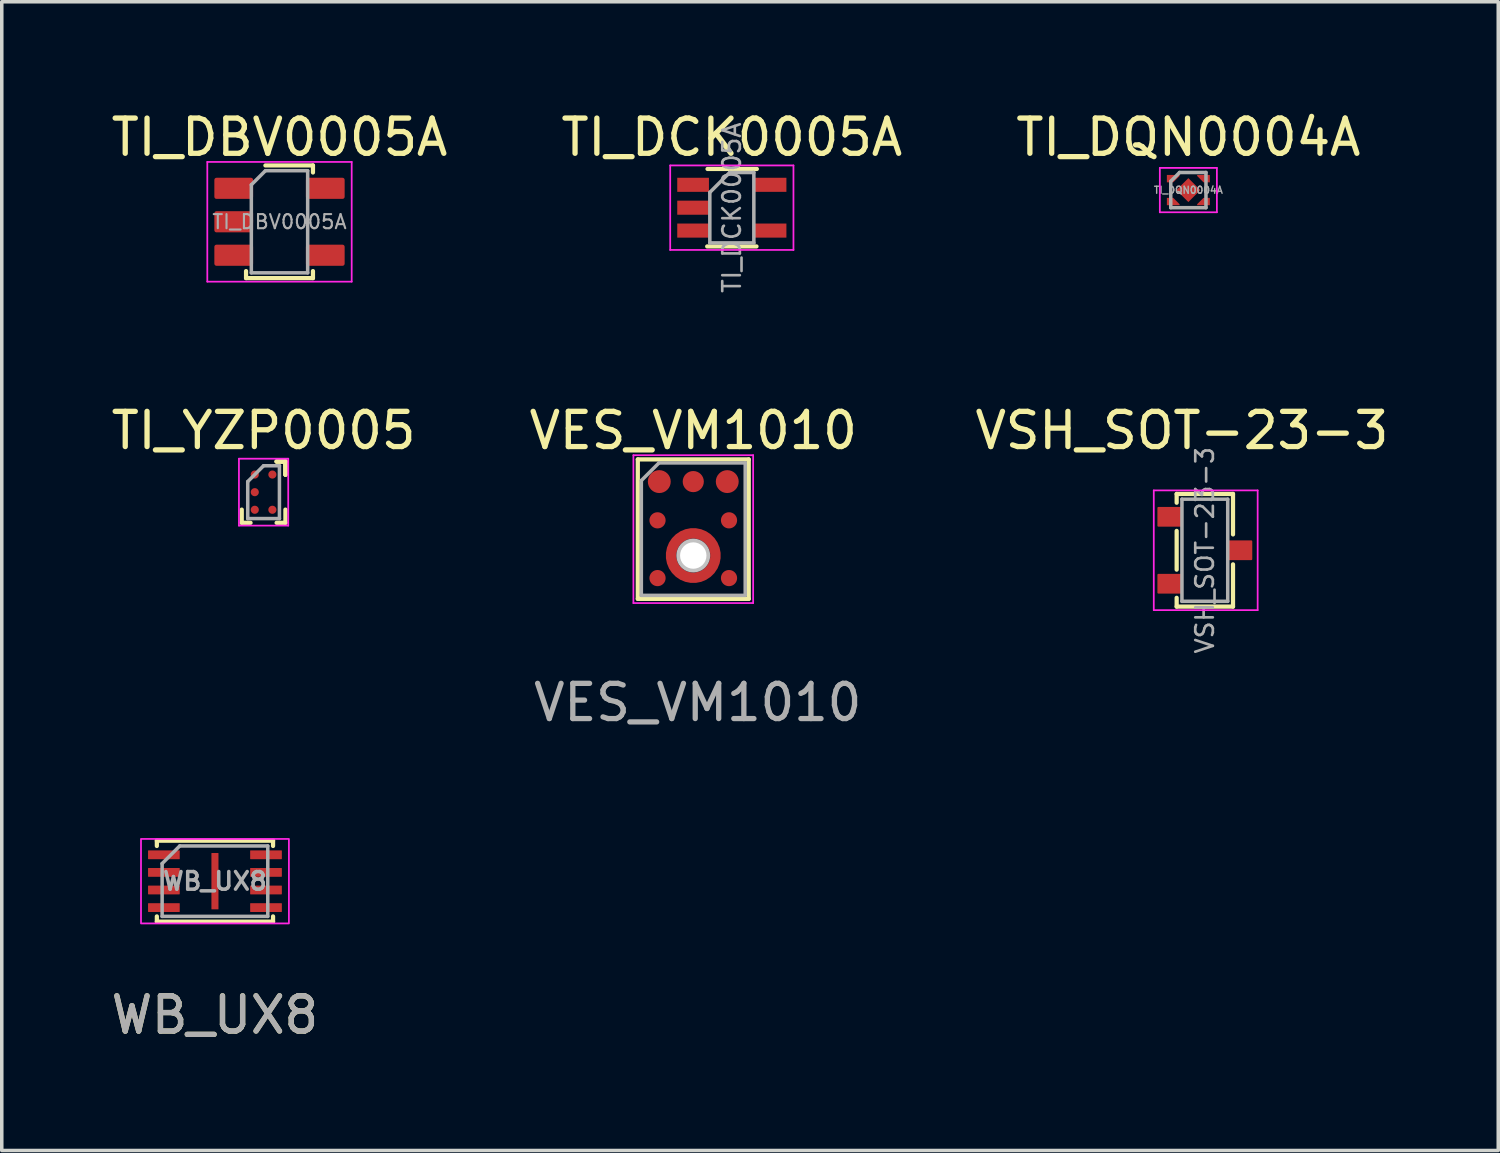
<source format=kicad_pcb>
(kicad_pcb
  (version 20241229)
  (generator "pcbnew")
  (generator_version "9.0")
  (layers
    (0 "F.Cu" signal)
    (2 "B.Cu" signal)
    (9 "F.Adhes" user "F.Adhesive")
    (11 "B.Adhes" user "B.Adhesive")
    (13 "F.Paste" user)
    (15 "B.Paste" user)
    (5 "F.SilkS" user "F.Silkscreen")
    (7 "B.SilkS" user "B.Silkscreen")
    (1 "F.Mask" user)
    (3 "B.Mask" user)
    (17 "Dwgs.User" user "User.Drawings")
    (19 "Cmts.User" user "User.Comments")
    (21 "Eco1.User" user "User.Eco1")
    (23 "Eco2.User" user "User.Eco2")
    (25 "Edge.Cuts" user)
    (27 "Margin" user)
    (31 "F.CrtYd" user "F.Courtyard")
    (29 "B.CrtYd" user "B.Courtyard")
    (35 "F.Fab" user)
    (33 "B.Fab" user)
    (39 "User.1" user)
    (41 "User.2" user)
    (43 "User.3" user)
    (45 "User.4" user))
  (footprint "TI_DQN0004A"
    (layer "F.Cu")
    (at 30.696 2.348)
    (property "Reference" "TI_DQN0004A" (at 0 -1.5 0) (layer "F.SilkS") (effects (font (size 1 1) (thickness 0.15))))
    (attr smd)
    (fp_poly (pts (xy -0.46 -0.28) (xy -0.55 -0.28) (xy -0.55 -0.37) (xy -0.37 -0.37)) (stroke (width 0.11) (type solid)) (fill yes) (layer "F.Paste"))
    (fp_poly (pts (xy -0.46 0.28) (xy -0.55 0.28) (xy -0.55 0.37) (xy -0.37 0.37)) (stroke (width 0.11) (type solid)) (fill yes) (layer "F.Paste"))
    (fp_poly (pts (xy 0.15 0) (xy 0 0.15) (xy -0.15 0) (xy 0 -0.15)) (stroke (width 0.12) (type solid)) (fill yes) (layer "F.Paste"))
    (fp_poly (pts (xy 0.46 -0.28) (xy 0.55 -0.28) (xy 0.55 -0.37) (xy 0.37 -0.37)) (stroke (width 0.11) (type solid)) (fill yes) (layer "F.Paste"))
    (fp_poly (pts (xy 0.46 0.28) (xy 0.55 0.28) (xy 0.55 0.37) (xy 0.37 0.37)) (stroke (width 0.11) (type solid)) (fill yes) (layer "F.Paste"))
    (fp_line (start -0.81 -0.63) (end 0.81 -0.63) (stroke (width 0.05) (type solid)) (layer "F.CrtYd"))
    (fp_line (start -0.81 0.63) (end -0.81 -0.63) (stroke (width 0.05) (type solid)) (layer "F.CrtYd"))
    (fp_line (start 0.81 -0.63) (end 0.81 0.63) (stroke (width 0.05) (type solid)) (layer "F.CrtYd"))
    (fp_line (start 0.81 0.63) (end -0.81 0.63) (stroke (width 0.05) (type solid)) (layer "F.CrtYd"))
    (fp_line (start -0.5 -0.25) (end -0.25 -0.5) (stroke (width 0.1) (type solid)) (layer "F.Fab"))
    (fp_line (start -0.5 0.5) (end -0.5 -0.25) (stroke (width 0.1) (type solid)) (layer "F.Fab"))
    (fp_line (start -0.25 -0.5) (end 0.5 -0.5) (stroke (width 0.1) (type solid)) (layer "F.Fab"))
    (fp_line (start 0.5 -0.5) (end 0.5 0.5) (stroke (width 0.1) (type solid)) (layer "F.Fab"))
    (fp_line (start 0.5 0.5) (end -0.5 0.5) (stroke (width 0.1) (type solid)) (layer "F.Fab"))
    (fp_text user "${REFERENCE}" (at 0 0 0) (layer "F.Fab") (effects (font (size 0.2 0.2) (thickness 0.04))))
    (pad "1" smd custom (at -0.43 -0.325) (size 0.148 0.148) (layers "F.Cu" "F.Mask") (options (anchor circle)) (primitives (gr_poly (pts (xy -0.18 0.105) (xy 0 0.105) (xy 0.18 -0.075) (xy 0.18 -0.105) (xy -0.18 -0.105)) (width 0) (fill yes))))
    (pad "2" smd custom (at -0.43 0.325 180) (size 0.148 0.148) (layers "F.Cu" "F.Mask") (options (anchor circle)) (primitives (gr_poly (pts (xy 0.18 0.105) (xy 0 0.105) (xy -0.18 -0.075) (xy -0.18 -0.105) (xy 0.18 -0.105)) (width 0) (fill yes))))
    (pad "3" smd custom (at 0.43 0.325 180) (size 0.148 0.148) (layers "F.Cu" "F.Mask") (options (anchor circle)) (primitives (gr_poly (pts (xy -0.18 0.105) (xy 0 0.105) (xy 0.18 -0.075) (xy 0.18 -0.105) (xy -0.18 -0.105)) (width 0) (fill yes))))
    (pad "4" smd custom (at 0.43 -0.325) (size 0.148 0.148) (layers "F.Cu" "F.Mask") (options (anchor circle)) (primitives (gr_poly (pts (xy 0.18 0.105) (xy 0 0.105) (xy -0.18 -0.075) (xy -0.18 -0.105) (xy 0.18 -0.105)) (width 0) (fill yes))))
    (pad "5" smd rect (at 0 0 45) (size 0.48 0.48) (layers "F.Cu" "F.Mask")))
  (footprint "TI_YZP0005"
    (layer "F.Cu")
    (at 4.435 10.926)
    (property "Reference" "TI_YZP0005" (at 0 -1.75 0) (layer "F.SilkS") (effects (font (size 1 1) (thickness 0.15))))
    (attr through_hole)
    (fp_line (start -0.62 0.87) (end -0.62 0.495) (stroke (width 0.12) (type solid)) (layer "F.SilkS"))
    (fp_line (start -0.37 0.87) (end -0.62 0.87) (stroke (width 0.12) (type solid)) (layer "F.SilkS"))
    (fp_line (start 0.37 -0.87) (end 0.62 -0.87) (stroke (width 0.12) (type solid)) (layer "F.SilkS"))
    (fp_line (start 0.37 -0.87) (end 0.62 -0.87) (stroke (width 0.12) (type solid)) (layer "F.SilkS"))
    (fp_line (start 0.37 -0.87) (end 0.62 -0.87) (stroke (width 0.12) (type solid)) (layer "F.SilkS"))
    (fp_line (start 0.37 0.87) (end 0.62 0.87) (stroke (width 0.12) (type solid)) (layer "F.SilkS"))
    (fp_line (start 0.62 -0.87) (end 0.62 -0.495) (stroke (width 0.12) (type solid)) (layer "F.SilkS"))
    (fp_line (start 0.62 -0.87) (end 0.62 -0.495) (stroke (width 0.12) (type solid)) (layer "F.SilkS"))
    (fp_line (start 0.62 -0.87) (end 0.62 -0.495) (stroke (width 0.12) (type solid)) (layer "F.SilkS"))
    (fp_line (start 0.62 0.87) (end 0.62 0.495) (stroke (width 0.12) (type solid)) (layer "F.SilkS"))
    (fp_poly (pts (xy -0.21 -0.46) (xy -0.29 -0.46) (xy -0.29 -0.54) (xy -0.21 -0.54)) (stroke (width 0.12) (type solid)) (fill yes) (layer "F.Paste"))
    (fp_poly (pts (xy -0.21 0.04) (xy -0.29 0.04) (xy -0.29 -0.04) (xy -0.21 -0.04)) (stroke (width 0.12) (type solid)) (fill yes) (layer "F.Paste"))
    (fp_poly (pts (xy -0.21 0.54) (xy -0.29 0.54) (xy -0.29 0.46) (xy -0.21 0.46)) (stroke (width 0.12) (type solid)) (fill yes) (layer "F.Paste"))
    (fp_poly (pts (xy 0.29 -0.46) (xy 0.21 -0.46) (xy 0.21 -0.54) (xy 0.29 -0.54)) (stroke (width 0.12) (type solid)) (fill yes) (layer "F.Paste"))
    (fp_poly (pts (xy 0.29 0.54) (xy 0.21 0.54) (xy 0.21 0.46) (xy 0.29 0.46)) (stroke (width 0.12) (type solid)) (fill yes) (layer "F.Paste"))
    (fp_line (start -0.7 -0.95) (end 0.7 -0.95) (stroke (width 0.05) (type solid)) (layer "F.CrtYd"))
    (fp_line (start -0.7 0.95) (end -0.7 -0.95) (stroke (width 0.05) (type solid)) (layer "F.CrtYd"))
    (fp_line (start 0.7 -0.95) (end 0.7 0.95) (stroke (width 0.05) (type solid)) (layer "F.CrtYd"))
    (fp_line (start 0.7 0.95) (end -0.7 0.95) (stroke (width 0.05) (type solid)) (layer "F.CrtYd"))
    (fp_line (start -0.45 -0.3) (end -0.45 0.75) (stroke (width 0.1) (type solid)) (layer "F.Fab"))
    (fp_line (start -0.45 0.75) (end 0.45 0.75) (stroke (width 0.1) (type solid)) (layer "F.Fab"))
    (fp_line (start 0 -0.75) (end -0.45 -0.3) (stroke (width 0.1) (type solid)) (layer "F.Fab"))
    (fp_line (start 0.45 -0.75) (end 0 -0.75) (stroke (width 0.1) (type solid)) (layer "F.Fab"))
    (fp_line (start 0.45 0.75) (end 0.45 -0.75) (stroke (width 0.1) (type solid)) (layer "F.Fab"))
    (pad "A1" smd circle (at -0.25 -0.5) (size 0.23 0.23) (layers "F.Cu" "F.Mask"))
    (pad "A2" smd circle (at 0.25 -0.5) (size 0.23 0.23) (layers "F.Cu" "F.Mask"))
    (pad "B1" smd circle (at -0.25 0) (size 0.23 0.23) (layers "F.Cu" "F.Mask"))
    (pad "C1" smd circle (at -0.25 0.5) (size 0.23 0.23) (layers "F.Cu" "F.Mask"))
    (pad "C2" smd circle (at 0.25 0.5) (size 0.23 0.23) (layers "F.Cu" "F.Mask")))
  (footprint "VES_VM1010"
    (layer "F.Cu")
    (at 16.637 11.976)
    (property "Reference" "VES_VM1010" (at 0 -2.8 0) (unlocked yes) (layer "F.SilkS") (effects (font (size 1 1) (thickness 0.15))))
    (attr smd)
    (fp_circle (center 0 0.75) (end 0.77 0.75) (stroke (width 0.12) (type solid)) (fill yes) (layer "F.Mask"))
    (fp_circle (center 0 0.75) (end 0.5 0.75) (stroke (width 0.12) (type solid)) (fill yes) (layer "B.Mask"))
    (fp_line (start -1.575 -1.98) (end -1.575 1.98) (stroke (width 0.12) (type solid)) (layer "F.SilkS"))
    (fp_line (start -1.575 1.98) (end 1.575 1.98) (stroke (width 0.12) (type solid)) (layer "F.SilkS"))
    (fp_line (start 1.575 -1.98) (end -1.575 -1.98) (stroke (width 0.12) (type solid)) (layer "F.SilkS"))
    (fp_line (start 1.575 1.98) (end 1.575 -1.98) (stroke (width 0.12) (type solid)) (layer "F.SilkS"))
    (fp_rect (start -1.115 -1.2) (end -0.815 -1.5) (stroke (width 0.12) (type solid)) (fill yes) (layer "F.Paste"))
    (fp_rect (start -1.115 -0.15) (end -0.915 -0.35) (stroke (width 0.12) (type solid)) (fill yes) (layer "F.Paste"))
    (fp_rect (start -1.115 1.49) (end -0.915 1.29) (stroke (width 0.12) (type solid)) (fill yes) (layer "F.Paste"))
    (fp_rect (start -0.15 -1.2) (end 0.15 -1.5) (stroke (width 0.12) (type solid)) (fill yes) (layer "F.Paste"))
    (fp_rect (start 0.815 -1.2) (end 1.115 -1.5) (stroke (width 0.12) (type solid)) (fill yes) (layer "F.Paste"))
    (fp_rect (start 0.915 -0.15) (end 1.115 -0.35) (stroke (width 0.12) (type solid)) (fill yes) (layer "F.Paste"))
    (fp_rect (start 0.915 1.49) (end 1.115 1.29) (stroke (width 0.12) (type solid)) (fill yes) (layer "F.Paste"))
    (fp_arc (start -0.589998 0.529998) (mid -0.443434 0.302937) (end -0.215187 0.158227) (stroke (width 0.26) (type solid)) (layer "F.Paste"))
    (fp_arc (start -0.220001 1.341999) (mid -0.447062 1.195435) (end -0.591772 0.967188) (stroke (width 0.26) (type solid)) (layer "F.Paste"))
    (fp_arc (start 0.220002 0.16) (mid 0.447063 0.306564) (end 0.591773 0.534811) (stroke (width 0.26) (type solid)) (layer "F.Paste"))
    (fp_arc (start 0.59 0.97) (mid 0.443436 1.197061) (end 0.215189 1.341771) (stroke (width 0.26) (type solid)) (layer "F.Paste"))
    (fp_line (start -1.7 -2.1) (end 1.7 -2.1) (stroke (width 0.05) (type solid)) (layer "F.CrtYd"))
    (fp_line (start -1.7 2.1) (end -1.7 -2.1) (stroke (width 0.05) (type solid)) (layer "F.CrtYd"))
    (fp_line (start 1.7 -2.1) (end 1.7 2.1) (stroke (width 0.05) (type solid)) (layer "F.CrtYd"))
    (fp_line (start 1.7 2.1) (end -1.7 2.1) (stroke (width 0.05) (type solid)) (layer "F.CrtYd"))
    (fp_line (start -1.475 1.88) (end -1.475 -1.38) (stroke (width 0.1) (type solid)) (layer "F.Fab"))
    (fp_line (start -0.975 -1.88) (end -1.475 -1.38) (stroke (width 0.1) (type solid)) (layer "F.Fab"))
    (fp_line (start 1.475 -1.88) (end -0.975 -1.88) (stroke (width 0.1) (type solid)) (layer "F.Fab"))
    (fp_line (start 1.475 1.88) (end -1.475 1.88) (stroke (width 0.1) (type solid)) (layer "F.Fab"))
    (fp_line (start 1.475 1.88) (end 1.475 -1.88) (stroke (width 0.1) (type solid)) (layer "F.Fab"))
    (fp_text user "${REFERENCE}" (at 0.127 4.924 0) (unlocked yes) (layer "F.Fab") (effects (font (size 1 1) (thickness 0.15))))
    (pad "" np_thru_hole circle (at 0 0.75) (size 0.96 0.96) (drill 0.75) (layers "Dwgs.User"))
    (pad "1" smd circle (at -0.965 -1.35 90) (size 0.65 0.65) (layers "F.Cu" "F.Mask"))
    (pad "2" smd circle (at -1.015 -0.25 90) (size 0.46 0.46) (layers "F.Cu" "F.Mask"))
    (pad "3" smd circle (at -1.015 1.39 90) (size 0.46 0.46) (layers "F.Cu" "F.Mask"))
    (pad "4" smd circle (at 1.015 1.39 90) (size 0.46 0.46) (layers "F.Cu" "F.Mask"))
    (pad "5" smd circle (at 1.015 -0.25 90) (size 0.46 0.46) (layers "F.Cu" "F.Mask"))
    (pad "6" smd circle (at 0.965 -1.35 90) (size 0.65 0.65) (layers "F.Cu" "F.Mask"))
    (pad "7" smd circle (at 0 -1.35 90) (size 0.6 0.6) (layers "F.Cu" "F.Mask"))
    (pad "8" smd custom (at 0 1.39 90) (size 0.1 0.1) (layers "F.Cu") (options (anchor circle)) (primitives (gr_circle (center 0.64 0) (end 1.27 0) (width 0.3) (fill no)))))
  (footprint "TI_DBV0005A"
    (layer "F.Cu")
    (at 4.887 3.248)
    (property "Reference" "TI_DBV0005A" (at 0 -2.4 0) (layer "F.SilkS") (effects (font (size 1 1) (thickness 0.15))))
    (attr smd)
    (fp_line (start -0.95 1.4) (end -0.95 1.6) (stroke (width 0.12) (type solid)) (layer "F.SilkS"))
    (fp_line (start -0.95 1.6) (end 0.95 1.6) (stroke (width 0.12) (type solid)) (layer "F.SilkS"))
    (fp_line (start -0.4 -1.6) (end 0.95 -1.6) (stroke (width 0.12) (type solid)) (layer "F.SilkS"))
    (fp_line (start 0.95 -1.6) (end 0.95 -1.4) (stroke (width 0.12) (type solid)) (layer "F.SilkS"))
    (fp_line (start 0.95 1.6) (end 0.95 1.4) (stroke (width 0.12) (type solid)) (layer "F.SilkS"))
    (fp_line (start -2.05 -1.7) (end -2.05 1.7) (stroke (width 0.05) (type solid)) (layer "F.CrtYd"))
    (fp_line (start -2.05 1.7) (end 2.05 1.7) (stroke (width 0.05) (type solid)) (layer "F.CrtYd"))
    (fp_line (start 2.05 -1.7) (end -2.05 -1.7) (stroke (width 0.05) (type solid)) (layer "F.CrtYd"))
    (fp_line (start 2.05 1.7) (end 2.05 -1.7) (stroke (width 0.05) (type solid)) (layer "F.CrtYd"))
    (fp_line (start -0.8 -1.05) (end -0.4 -1.45) (stroke (width 0.1) (type solid)) (layer "F.Fab"))
    (fp_line (start -0.8 1.45) (end -0.8 -1.05) (stroke (width 0.1) (type solid)) (layer "F.Fab"))
    (fp_line (start -0.4 -1.45) (end 0.8 -1.45) (stroke (width 0.1) (type solid)) (layer "F.Fab"))
    (fp_line (start 0.8 -1.45) (end 0.8 1.45) (stroke (width 0.1) (type solid)) (layer "F.Fab"))
    (fp_line (start 0.8 1.45) (end -0.8 1.45) (stroke (width 0.1) (type solid)) (layer "F.Fab"))
    (fp_text user "${REFERENCE}" (at 0 0 0) (layer "F.Fab") (effects (font (size 0.4 0.4) (thickness 0.06))))
    (pad "1" smd roundrect (at -1.3 -0.95) (size 1.1 0.6) (layers "F.Cu" "F.Mask" "F.Paste") (roundrect_rratio 0.1))
    (pad "2" smd roundrect (at -1.3 0) (size 1.1 0.6) (layers "F.Cu" "F.Mask" "F.Paste") (roundrect_rratio 0.1))
    (pad "3" smd roundrect (at -1.3 0.95) (size 1.1 0.6) (layers "F.Cu" "F.Mask" "F.Paste") (roundrect_rratio 0.1))
    (pad "4" smd roundrect (at 1.3 0.95) (size 1.1 0.6) (layers "F.Cu" "F.Mask" "F.Paste") (roundrect_rratio 0.1))
    (pad "5" smd roundrect (at 1.3 -0.95) (size 1.1 0.6) (layers "F.Cu" "F.Mask" "F.Paste") (roundrect_rratio 0.1)))
  (footprint "WB_UX8"
    (layer "F.Cu")
    (at 3.054 21.973)
    (property "Reference" "WB_UX8" (at 0 3.8 0) (unlocked yes) (layer "F.SilkS") (effects (font (size 1 1) (thickness 0.15))))
    (attr smd)
    (fp_line (start -1.65 -1.15) (end -1.65 -1) (stroke (width 0.12) (type solid)) (layer "F.SilkS"))
    (fp_line (start -1.65 -1.15) (end 1.65 -1.15) (stroke (width 0.12) (type solid)) (layer "F.SilkS"))
    (fp_line (start -1.65 1.15) (end -1.65 1) (stroke (width 0.12) (type solid)) (layer "F.SilkS"))
    (fp_line (start 1.65 -1.15) (end 1.65 -1) (stroke (width 0.12) (type solid)) (layer "F.SilkS"))
    (fp_line (start 1.65 1.15) (end -1.65 1.15) (stroke (width 0.12) (type solid)) (layer "F.SilkS"))
    (fp_line (start 1.65 1.15) (end 1.65 1) (stroke (width 0.12) (type solid)) (layer "F.SilkS"))
    (fp_poly (pts (xy -1.2 -0.7) (xy -1.7 -0.7) (xy -1.7 -0.8) (xy -1.2 -0.8)) (stroke (width 0.12) (type solid)) (fill yes) (layer "F.Paste"))
    (fp_poly (pts (xy -1.2 -0.2) (xy -1.7 -0.2) (xy -1.7 -0.3) (xy -1.2 -0.3)) (stroke (width 0.12) (type solid)) (fill yes) (layer "F.Paste"))
    (fp_poly (pts (xy -1.2 0.3) (xy -1.7 0.3) (xy -1.7 0.2) (xy -1.2 0.2)) (stroke (width 0.12) (type solid)) (fill yes) (layer "F.Paste"))
    (fp_poly (pts (xy -1.2 0.8) (xy -1.7 0.8) (xy -1.7 0.7) (xy -1.2 0.7)) (stroke (width 0.12) (type solid)) (fill yes) (layer "F.Paste"))
    (fp_poly (pts (xy 0.04 -0.6) (xy 0.04 -0.2) (xy -0.04 -0.2) (xy -0.04 -0.6)) (stroke (width 0.12) (type solid)) (fill yes) (layer "F.Paste"))
    (fp_poly (pts (xy 0.04 0.2) (xy 0.04 0.6) (xy -0.04 0.6) (xy -0.04 0.2)) (stroke (width 0.12) (type solid)) (fill yes) (layer "F.Paste"))
    (fp_poly (pts (xy 1.7 -0.7) (xy 1.2 -0.7) (xy 1.2 -0.8) (xy 1.7 -0.8)) (stroke (width 0.12) (type solid)) (fill yes) (layer "F.Paste"))
    (fp_poly (pts (xy 1.7 -0.2) (xy 1.2 -0.2) (xy 1.2 -0.3) (xy 1.7 -0.3)) (stroke (width 0.12) (type solid)) (fill yes) (layer "F.Paste"))
    (fp_poly (pts (xy 1.7 0.3) (xy 1.2 0.3) (xy 1.2 0.2) (xy 1.7 0.2)) (stroke (width 0.12) (type solid)) (fill yes) (layer "F.Paste"))
    (fp_poly (pts (xy 1.7 0.8) (xy 1.2 0.8) (xy 1.2 0.7) (xy 1.7 0.7)) (stroke (width 0.12) (type solid)) (fill yes) (layer "F.Paste"))
    (fp_rect (start -2.1 -1.2) (end 2.1 1.2) (stroke (width 0.05) (type solid)) (fill no) (layer "F.CrtYd"))
    (fp_line (start -1.5 -0.5) (end -1 -1) (stroke (width 0.1) (type solid)) (layer "F.Fab"))
    (fp_line (start -1.5 1) (end -1.5 -0.5) (stroke (width 0.1) (type solid)) (layer "F.Fab"))
    (fp_line (start -1 -1) (end 1.5 -1) (stroke (width 0.1) (type solid)) (layer "F.Fab"))
    (fp_line (start 1.5 -1) (end 1.5 1) (stroke (width 0.1) (type solid)) (layer "F.Fab"))
    (fp_line (start 1.5 1) (end -1.5 1) (stroke (width 0.1) (type solid)) (layer "F.Fab"))
    (fp_text user "${REFERENCE}" (at 0 3.8 0) (unlocked yes) (layer "F.Fab") (effects (font (size 1 1) (thickness 0.15))))
    (fp_text user "${REFERENCE}" (at 0 0 0) (unlocked yes) (layer "F.Fab") (effects (font (size 0.5 0.5) (thickness 0.1))))
    (pad "1" smd roundrect (at -1.45 -0.75) (size 0.9 0.25) (layers "F.Cu" "F.Mask") (roundrect_rratio 0.05))
    (pad "2" smd roundrect (at -1.45 -0.25) (size 0.9 0.25) (layers "F.Cu" "F.Mask") (roundrect_rratio 0.05))
    (pad "3" smd roundrect (at -1.45 0.25) (size 0.9 0.25) (layers "F.Cu" "F.Mask") (roundrect_rratio 0.05))
    (pad "4" smd roundrect (at -1.45 0.75) (size 0.9 0.25) (layers "F.Cu" "F.Mask") (roundrect_rratio 0.05))
    (pad "5" smd roundrect (at 1.45 0.75) (size 0.9 0.25) (layers "F.Cu" "F.Mask") (roundrect_rratio 0.05))
    (pad "6" smd roundrect (at 1.45 0.25) (size 0.9 0.25) (layers "F.Cu" "F.Mask") (roundrect_rratio 0.05))
    (pad "7" smd roundrect (at 1.45 -0.25) (size 0.9 0.25) (layers "F.Cu" "F.Mask") (roundrect_rratio 0.05))
    (pad "8" smd roundrect (at 1.45 -0.75) (size 0.9 0.25) (layers "F.Cu" "F.Mask") (roundrect_rratio 0.05))
    (pad "9" smd roundrect (at 0 0) (size 0.2 1.6) (layers "F.Cu" "F.Mask") (roundrect_rratio 0.05)))
  (footprint "VSH_SOT-23-3"
    (layer "F.Cu")
    (at 31.164 12.576)
    (property "Reference" "VSH_SOT-23-3" (at -0.65 -3.4 0) (layer "F.SilkS") (effects (font (size 1 1) (thickness 0.15))))
    (attr smd)
    (fp_line (start -0.8 -1.6) (end 0.8 -1.6) (stroke (width 0.12) (type solid)) (layer "F.SilkS"))
    (fp_line (start -0.8 -1.35) (end -0.8 -1.6) (stroke (width 0.12) (type solid)) (layer "F.SilkS"))
    (fp_line (start -0.8 0.55) (end -0.8 -0.55) (stroke (width 0.12) (type solid)) (layer "F.SilkS"))
    (fp_line (start -0.8 1.6) (end -0.8 1.35) (stroke (width 0.12) (type solid)) (layer "F.SilkS"))
    (fp_line (start 0.8 -1.6) (end 0.8 -0.45) (stroke (width 0.12) (type solid)) (layer "F.SilkS"))
    (fp_line (start 0.8 0.4) (end 0.8 1.6) (stroke (width 0.12) (type solid)) (layer "F.SilkS"))
    (fp_line (start 0.8 1.6) (end -0.8 1.6) (stroke (width 0.12) (type solid)) (layer "F.SilkS"))
    (fp_line (start -1.45 -1.7) (end -1.45 1.7) (stroke (width 0.05) (type solid)) (layer "F.CrtYd"))
    (fp_line (start -1.45 -1.7) (end 1.5 -1.7) (stroke (width 0.05) (type solid)) (layer "F.CrtYd"))
    (fp_line (start 1.5 1.7) (end -1.45 1.7) (stroke (width 0.05) (type solid)) (layer "F.CrtYd"))
    (fp_line (start 1.5 1.7) (end 1.5 -1.7) (stroke (width 0.05) (type solid)) (layer "F.CrtYd"))
    (fp_line (start -0.65 -1.45) (end 0.65 -1.45) (stroke (width 0.1) (type solid)) (layer "F.Fab"))
    (fp_line (start -0.65 1.45) (end -0.65 -1.45) (stroke (width 0.1) (type solid)) (layer "F.Fab"))
    (fp_line (start 0.65 -1.45) (end 0.65 1.45) (stroke (width 0.1) (type solid)) (layer "F.Fab"))
    (fp_line (start 0.65 1.45) (end -0.65 1.45) (stroke (width 0.1) (type solid)) (layer "F.Fab"))
    (fp_text user "${REFERENCE}" (at 0 0 90) (layer "F.Fab") (effects (font (size 0.5 0.5) (thickness 0.075))))
    (pad "1" smd roundrect (at -0.985 -0.95) (size 0.724 0.56) (layers "F.Cu" "F.Mask" "F.Paste") (roundrect_rratio 0.05))
    (pad "2" smd roundrect (at -0.985 0.95) (size 0.724 0.56) (layers "F.Cu" "F.Mask" "F.Paste") (roundrect_rratio 0.05))
    (pad "3" smd roundrect (at 0.985 0) (size 0.724 0.56) (layers "F.Cu" "F.Mask" "F.Paste") (roundrect_rratio 0.05)))
  (footprint "TI_DCK0005A"
    (layer "F.Cu")
    (at 17.732 2.848)
    (property "Reference" "TI_DCK0005A" (at 0 -2 0) (layer "F.SilkS") (effects (font (size 1 1) (thickness 0.15))))
    (attr smd)
    (fp_line (start -0.7 1.1) (end 0.7 1.1) (stroke (width 0.12) (type solid)) (layer "F.SilkS"))
    (fp_line (start 0.71 -1.1) (end -0.69 -1.1) (stroke (width 0.12) (type solid)) (layer "F.SilkS"))
    (fp_line (start -1.75 -1.2) (end -1.75 1.2) (stroke (width 0.05) (type solid)) (layer "F.CrtYd"))
    (fp_line (start -1.75 -1.2) (end 1.75 -1.2) (stroke (width 0.05) (type solid)) (layer "F.CrtYd"))
    (fp_line (start -1.75 1.2) (end 1.75 1.2) (stroke (width 0.05) (type solid)) (layer "F.CrtYd"))
    (fp_line (start 1.75 1.2) (end 1.75 -1.2) (stroke (width 0.05) (type solid)) (layer "F.CrtYd"))
    (fp_line (start -0.625 -0.435) (end -0.625 1) (stroke (width 0.1) (type solid)) (layer "F.Fab"))
    (fp_line (start -0.06 -1) (end -0.625 -0.435) (stroke (width 0.1) (type solid)) (layer "F.Fab"))
    (fp_line (start 0.625 -1) (end -0.06 -1) (stroke (width 0.1) (type solid)) (layer "F.Fab"))
    (fp_line (start 0.625 -1) (end 0.625 1) (stroke (width 0.1) (type solid)) (layer "F.Fab"))
    (fp_line (start 0.625 1) (end -0.625 1) (stroke (width 0.1) (type solid)) (layer "F.Fab"))
    (fp_text user "${REFERENCE}" (at 0 0 90) (layer "F.Fab") (effects (font (size 0.5 0.5) (thickness 0.075))))
    (pad "1" smd rect (at -1.1 -0.65) (size 0.9 0.4) (layers "F.Cu" "F.Mask" "F.Paste"))
    (pad "2" smd rect (at -1.1 0) (size 0.9 0.4) (layers "F.Cu" "F.Mask" "F.Paste"))
    (pad "3" smd rect (at -1.1 0.65) (size 0.9 0.4) (layers "F.Cu" "F.Mask" "F.Paste"))
    (pad "4" smd rect (at 1.1 0.65) (size 0.9 0.4) (layers "F.Cu" "F.Mask" "F.Paste"))
    (pad "5" smd rect (at 1.1 -0.65) (size 0.9 0.4) (layers "F.Cu" "F.Mask" "F.Paste")))
  (gr_rect
    (start -3 -3)
    (end 39.496 29.621)
    (stroke (width 0.1) (type default))
    (fill no)
    (layer "Edge.Cuts")))
</source>
